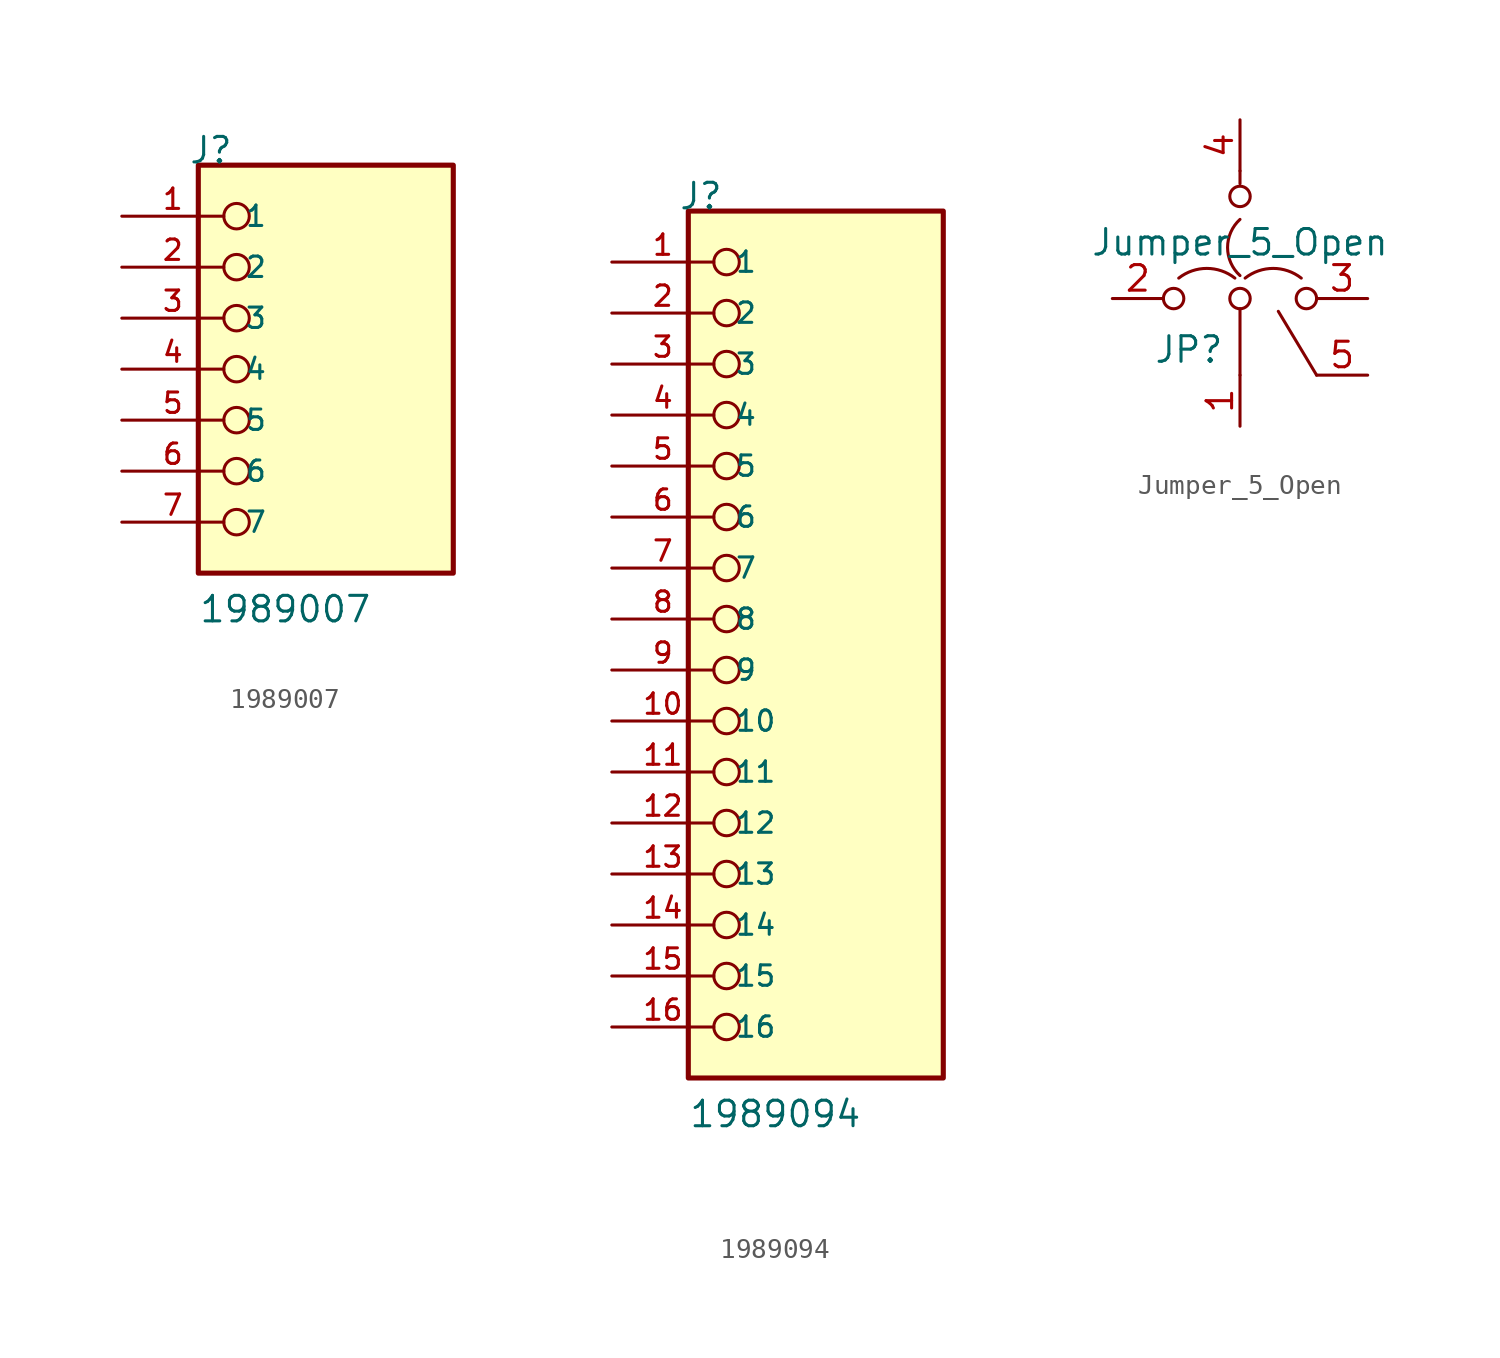
<source format=kicad_sym>
(kicad_symbol_lib
  (version 20231120)
  (generator "kicad_symbol_editor")
  (generator_version "8.0")
  (symbol "1989007"
    (pin_names
      (offset 1.016))
    (property "Reference" "J"
      (at -6.85 10.16 0)
      (effects (font (size 1.27 1.27)) (justify left bottom)))
    (property "Value" "1989007"
      (at -6.35 -12.7 0)
      (effects (font (size 1.27 1.27)) (justify left bottom)))
    (symbol "1989007_0_0"
      (rectangle (start -6.35 -10.16) (end 6.35 10.16) (stroke (width 0.254) (type default)) (fill (type background)))
      (circle (center -4.445 -7.62) (radius 0.635) (stroke (width 0.152) (type default)) (fill (type none)))
      (circle (center -4.445 -5.08) (radius 0.635) (stroke (width 0.152) (type default)) (fill (type none)))
      (circle (center -4.445 -2.54) (radius 0.635) (stroke (width 0.152) (type default)) (fill (type none)))
      (circle (center -4.445 0) (radius 0.635) (stroke (width 0.152) (type default)) (fill (type none)))
      (circle (center -4.445 2.54) (radius 0.635) (stroke (width 0.152) (type default)) (fill (type none)))
      (circle (center -4.445 5.08) (radius 0.635) (stroke (width 0.152) (type default)) (fill (type none)))
      (circle (center -4.445 7.62) (radius 0.635) (stroke (width 0.152) (type default)) (fill (type none)))
      (pin passive line (at -10.16 7.62 0) (length 5.08) (name "1" (effects (font (size 1.016 1.016)))) (number "1" (effects (font (size 1.016 1.016)))))
      (pin passive line (at -10.16 5.08 0) (length 5.08) (name "2" (effects (font (size 1.016 1.016)))) (number "2" (effects (font (size 1.016 1.016)))))
      (pin passive line (at -10.16 2.54 0) (length 5.08) (name "3" (effects (font (size 1.016 1.016)))) (number "3" (effects (font (size 1.016 1.016)))))
      (pin passive line (at -10.16 0 0) (length 5.08) (name "4" (effects (font (size 1.016 1.016)))) (number "4" (effects (font (size 1.016 1.016)))))
      (pin passive line (at -10.16 -2.54 0) (length 5.08) (name "5" (effects (font (size 1.016 1.016)))) (number "5" (effects (font (size 1.016 1.016)))))
      (pin passive line (at -10.16 -5.08 0) (length 5.08) (name "6" (effects (font (size 1.016 1.016)))) (number "6" (effects (font (size 1.016 1.016)))))
      (pin passive line (at -10.16 -7.62 0) (length 5.08) (name "7" (effects (font (size 1.016 1.016)))) (number "7" (effects (font (size 1.016 1.016)))))))
  (symbol "1989094"
    (pin_names
      (offset 1.016))
    (property "Reference" "J"
      (at -6.85 22.86 0)
      (effects (font (size 1.27 1.27)) (justify left bottom)))
    (property "Value" "1989094"
      (at -6.35 -22.86 0)
      (effects (font (size 1.27 1.27)) (justify left bottom)))
    (symbol "1989094_0_0"
      (rectangle (start -6.35 -20.32) (end 6.35 22.86) (stroke (width 0.254) (type default)) (fill (type background)))
      (circle (center -4.445 -17.78) (radius 0.635) (stroke (width 0.152) (type default)) (fill (type none)))
      (circle (center -4.445 -15.24) (radius 0.635) (stroke (width 0.152) (type default)) (fill (type none)))
      (circle (center -4.445 -12.7) (radius 0.635) (stroke (width 0.152) (type default)) (fill (type none)))
      (circle (center -4.445 -10.16) (radius 0.635) (stroke (width 0.152) (type default)) (fill (type none)))
      (circle (center -4.445 -7.62) (radius 0.635) (stroke (width 0.152) (type default)) (fill (type none)))
      (circle (center -4.445 -5.08) (radius 0.635) (stroke (width 0.152) (type default)) (fill (type none)))
      (circle (center -4.445 -2.54) (radius 0.635) (stroke (width 0.152) (type default)) (fill (type none)))
      (circle (center -4.445 0) (radius 0.635) (stroke (width 0.152) (type default)) (fill (type none)))
      (circle (center -4.445 2.54) (radius 0.635) (stroke (width 0.152) (type default)) (fill (type none)))
      (circle (center -4.445 5.08) (radius 0.635) (stroke (width 0.152) (type default)) (fill (type none)))
      (circle (center -4.445 7.62) (radius 0.635) (stroke (width 0.152) (type default)) (fill (type none)))
      (circle (center -4.445 10.16) (radius 0.635) (stroke (width 0.152) (type default)) (fill (type none)))
      (circle (center -4.445 12.7) (radius 0.635) (stroke (width 0.152) (type default)) (fill (type none)))
      (circle (center -4.445 15.24) (radius 0.635) (stroke (width 0.152) (type default)) (fill (type none)))
      (circle (center -4.445 17.78) (radius 0.635) (stroke (width 0.152) (type default)) (fill (type none)))
      (circle (center -4.445 20.32) (radius 0.635) (stroke (width 0.152) (type default)) (fill (type none)))
      (pin passive line (at -10.16 20.32 0) (length 5.08) (name "1" (effects (font (size 1.016 1.016)))) (number "1" (effects (font (size 1.016 1.016)))))
      (pin passive line (at -10.16 -2.54 0) (length 5.08) (name "10" (effects (font (size 1.016 1.016)))) (number "10" (effects (font (size 1.016 1.016)))))
      (pin passive line (at -10.16 -5.08 0) (length 5.08) (name "11" (effects (font (size 1.016 1.016)))) (number "11" (effects (font (size 1.016 1.016)))))
      (pin passive line (at -10.16 -7.62 0) (length 5.08) (name "12" (effects (font (size 1.016 1.016)))) (number "12" (effects (font (size 1.016 1.016)))))
      (pin passive line (at -10.16 -10.16 0) (length 5.08) (name "13" (effects (font (size 1.016 1.016)))) (number "13" (effects (font (size 1.016 1.016)))))
      (pin passive line (at -10.16 -12.7 0) (length 5.08) (name "14" (effects (font (size 1.016 1.016)))) (number "14" (effects (font (size 1.016 1.016)))))
      (pin passive line (at -10.16 -15.24 0) (length 5.08) (name "15" (effects (font (size 1.016 1.016)))) (number "15" (effects (font (size 1.016 1.016)))))
      (pin passive line (at -10.16 -17.78 0) (length 5.08) (name "16" (effects (font (size 1.016 1.016)))) (number "16" (effects (font (size 1.016 1.016)))))
      (pin passive line (at -10.16 17.78 0) (length 5.08) (name "2" (effects (font (size 1.016 1.016)))) (number "2" (effects (font (size 1.016 1.016)))))
      (pin passive line (at -10.16 15.24 0) (length 5.08) (name "3" (effects (font (size 1.016 1.016)))) (number "3" (effects (font (size 1.016 1.016)))))
      (pin passive line (at -10.16 12.7 0) (length 5.08) (name "4" (effects (font (size 1.016 1.016)))) (number "4" (effects (font (size 1.016 1.016)))))
      (pin passive line (at -10.16 10.16 0) (length 5.08) (name "5" (effects (font (size 1.016 1.016)))) (number "5" (effects (font (size 1.016 1.016)))))
      (pin passive line (at -10.16 7.62 0) (length 5.08) (name "6" (effects (font (size 1.016 1.016)))) (number "6" (effects (font (size 1.016 1.016)))))
      (pin passive line (at -10.16 5.08 0) (length 5.08) (name "7" (effects (font (size 1.016 1.016)))) (number "7" (effects (font (size 1.016 1.016)))))
      (pin passive line (at -10.16 2.54 0) (length 5.08) (name "8" (effects (font (size 1.016 1.016)))) (number "8" (effects (font (size 1.016 1.016)))))
      (pin passive line (at -10.16 0 0) (length 5.08) (name "9" (effects (font (size 1.016 1.016)))) (number "9" (effects (font (size 1.016 1.016)))))))
  (symbol "Jumper_5_Open"
    (pin_names
      (offset 0) hide)
    (property "Reference" "JP"
      (at -2.54 -2.54 0)
      (effects (font (size 1.27 1.27))))
    (property "Value" "Jumper_5_Open"
      (at 0 2.794 0)
      (effects (font (size 1.27 1.27))))
    (symbol "Jumper_5_Open_0_0"
      (circle (center -3.302 0) (radius 0.508) (stroke (width 0) (type default)) (fill (type none)))
      (circle (center 0 0) (radius 0.508) (stroke (width 0) (type default)) (fill (type none)))
      (circle (center 0 5.08) (radius 0.508) (stroke (width 0) (type default)) (fill (type none)))
      (circle (center 3.302 0) (radius 0.508) (stroke (width 0) (type default)) (fill (type none))))
    (symbol "Jumper_5_Open_0_1"
      (arc (start -0.254 1.016) (mid -1.651 1.4992) (end -3.048 1.016) (stroke (width 0) (type default)) (fill (type none)))
      (polyline (pts (xy 0 -0.508) (xy 0 -3.81)) (stroke (width 0) (type default)) (fill (type none)))
      (polyline (pts (xy 0 5.715) (xy 0 6.35)) (stroke (width 0) (type default)) (fill (type none)))
      (polyline (pts (xy 3.81 -3.81) (xy 1.905 -0.635)) (stroke (width 0) (type default)) (fill (type none)))
      (arc (start 0 3.937) (mid -0.618 2.54) (end 0 1.143) (stroke (width 0) (type default)) (fill (type none)))
      (arc (start 3.048 1.016) (mid 1.651 1.4992) (end 0.254 1.016) (stroke (width 0) (type default)) (fill (type none))))
    (symbol "Jumper_5_Open_1_0"
      (pin passive line (at 0 8.89 270) (length 2.54) (name "C" (effects (font (size 1.27 1.27)))) (number "4" (effects (font (size 1.27 1.27)))))
      (pin passive line (at 6.35 -3.81 180) (length 2.54) (name "D" (effects (font (size 1.27 1.27)))) (number "5" (effects (font (size 1.27 1.27))))))
    (symbol "Jumper_5_Open_1_1"
      (pin passive line (at 0 -6.35 90) (length 2.54) (name "IN" (effects (font (size 1.27 1.27)))) (number "1" (effects (font (size 1.27 1.27)))))
      (pin passive line (at -6.35 0 0) (length 2.54) (name "A" (effects (font (size 1.27 1.27)))) (number "2" (effects (font (size 1.27 1.27)))))
      (pin passive line (at 6.35 0 180) (length 2.54) (name "B" (effects (font (size 1.27 1.27)))) (number "3" (effects (font (size 1.27 1.27))))))))
</source>
